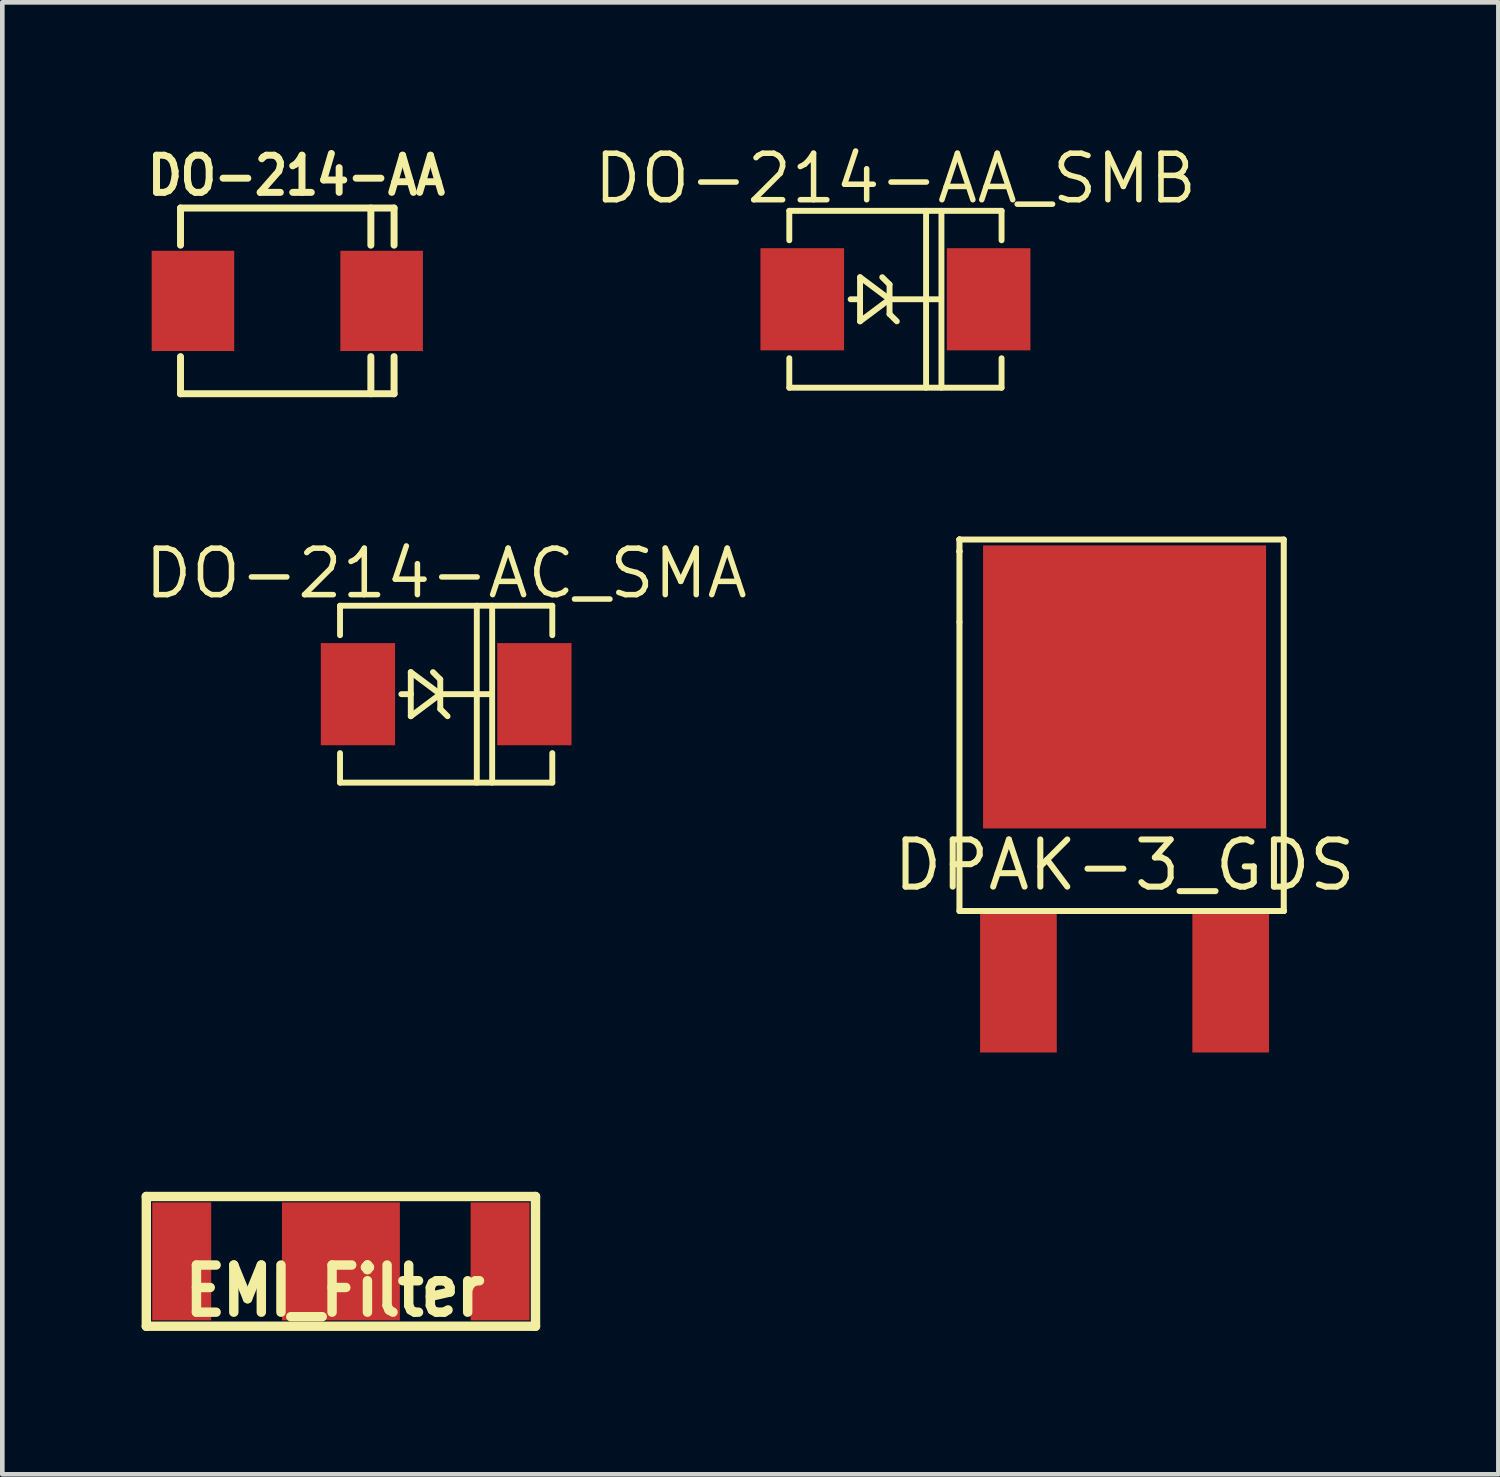
<source format=kicad_pcb>
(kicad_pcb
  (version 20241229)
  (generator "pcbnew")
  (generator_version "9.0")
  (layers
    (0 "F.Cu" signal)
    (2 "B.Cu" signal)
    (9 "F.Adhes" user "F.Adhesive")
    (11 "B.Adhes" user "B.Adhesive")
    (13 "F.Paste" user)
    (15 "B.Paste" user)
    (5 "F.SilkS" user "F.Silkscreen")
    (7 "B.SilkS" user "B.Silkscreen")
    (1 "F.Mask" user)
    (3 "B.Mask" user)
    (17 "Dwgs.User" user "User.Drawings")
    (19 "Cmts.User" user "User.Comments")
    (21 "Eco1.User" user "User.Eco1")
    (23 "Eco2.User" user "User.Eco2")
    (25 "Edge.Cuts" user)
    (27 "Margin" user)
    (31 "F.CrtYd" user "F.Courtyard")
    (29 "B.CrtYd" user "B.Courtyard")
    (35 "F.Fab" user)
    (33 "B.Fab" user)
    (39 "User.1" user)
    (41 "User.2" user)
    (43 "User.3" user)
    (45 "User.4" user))
  (footprint "DO-214-AA"
    (layer "F.Cu")
    (at 3.138 3.431)
    (property "Reference" "DO-214-AA" (at 0.2 -2.7 0) (layer "F.SilkS") (effects (font (size 0.8 0.7) (thickness 0.15))))
    (attr smd)
    (fp_line (start -2.3 -2) (end 2.3 -2) (stroke (width 0.15) (type solid)) (layer "F.SilkS"))
    (fp_line (start -2.3 -1.2) (end -2.3 -2) (stroke (width 0.15) (type solid)) (layer "F.SilkS"))
    (fp_line (start -2.3 1.2) (end -2.3 2) (stroke (width 0.15) (type solid)) (layer "F.SilkS"))
    (fp_line (start -2.3 2) (end 2.3 2) (stroke (width 0.15) (type solid)) (layer "F.SilkS"))
    (fp_line (start 1.8 -2) (end 1.8 -1.2) (stroke (width 0.15) (type solid)) (layer "F.SilkS"))
    (fp_line (start 1.8 2) (end 1.8 1.2) (stroke (width 0.15) (type solid)) (layer "F.SilkS"))
    (fp_line (start 2.3 -2) (end 2.3 -1.2) (stroke (width 0.15) (type solid)) (layer "F.SilkS"))
    (fp_line (start 2.3 2) (end 2.3 1.2) (stroke (width 0.15) (type solid)) (layer "F.SilkS"))
    (pad "1" smd rect (at -2.032 0) (size 1.778 2.159) (layers "F.Cu" "F.Mask" "F.Paste"))
    (pad "2" smd rect (at 2.032 0) (size 1.778 2.159) (layers "F.Cu" "F.Mask" "F.Paste")))
  (footprint "DO-214-AC_SMA"
    (layer "F.Cu")
    (at 6.56 11.902)
    (property "Reference" "DO-214-AC_SMA" (at 0 -2.601 0) (layer "F.SilkS") (effects (font (size 1.001 1.001) (thickness 0.119))))
    (attr smd)
    (fp_line (start -2.286 -1.905) (end 2.286 -1.905) (stroke (width 0.127) (type solid)) (layer "F.SilkS"))
    (fp_line (start -2.286 -1.27) (end -2.286 -1.905) (stroke (width 0.127) (type solid)) (layer "F.SilkS"))
    (fp_line (start -2.286 1.27) (end -2.286 1.905) (stroke (width 0.127) (type solid)) (layer "F.SilkS"))
    (fp_line (start -2.286 1.905) (end 2.286 1.905) (stroke (width 0.127) (type solid)) (layer "F.SilkS"))
    (fp_line (start -0.762 -0.475) (end -0.762 0) (stroke (width 0.127) (type solid)) (layer "F.SilkS"))
    (fp_line (start -0.762 0) (end -0.965 0) (stroke (width 0.127) (type solid)) (layer "F.SilkS"))
    (fp_line (start -0.762 0) (end -0.762 0.475) (stroke (width 0.127) (type solid)) (layer "F.SilkS"))
    (fp_line (start -0.762 0.475) (end -0.127 0) (stroke (width 0.127) (type solid)) (layer "F.SilkS"))
    (fp_line (start -0.127 -0.318) (end -0.284 -0.475) (stroke (width 0.127) (type solid)) (layer "F.SilkS"))
    (fp_line (start -0.127 0) (end -0.762 -0.475) (stroke (width 0.127) (type solid)) (layer "F.SilkS"))
    (fp_line (start -0.127 0) (end -0.127 -0.318) (stroke (width 0.127) (type solid)) (layer "F.SilkS"))
    (fp_line (start -0.127 0) (end -0.127 0.318) (stroke (width 0.127) (type solid)) (layer "F.SilkS"))
    (fp_line (start -0.127 0) (end 0.983 0) (stroke (width 0.127) (type solid)) (layer "F.SilkS"))
    (fp_line (start -0.127 0.318) (end 0.03 0.475) (stroke (width 0.127) (type solid)) (layer "F.SilkS"))
    (fp_line (start 0.66 1.905) (end 0.66 -1.905) (stroke (width 0.127) (type solid)) (layer "F.SilkS"))
    (fp_line (start 0.991 1.905) (end 0.991 -1.905) (stroke (width 0.127) (type solid)) (layer "F.SilkS"))
    (fp_line (start 2.286 -1.905) (end 2.286 -1.27) (stroke (width 0.127) (type solid)) (layer "F.SilkS"))
    (fp_line (start 2.286 1.905) (end 2.286 1.27) (stroke (width 0.127) (type solid)) (layer "F.SilkS"))
    (pad "1" smd rect (at -1.9 0) (size 1.6 2.2) (layers "F.Cu" "F.Mask" "F.Paste"))
    (pad "2" smd rect (at 1.9 0) (size 1.6 2.2) (layers "F.Cu" "F.Mask" "F.Paste")))
  (footprint "DPAK-3_GDS"
    (layer "F.Cu")
    (at 21.172 15.683)
    (property "Reference" "DPAK-3_GDS" (at 0 -0.099 0) (layer "F.SilkS") (effects (font (size 1.016 1.016) (thickness 0.13))))
    (attr smd)
    (fp_line (start -3.556 -7.112) (end -3.556 -7.112) (stroke (width 0.13) (type solid)) (layer "F.SilkS"))
    (fp_line (start -3.556 -7.112) (end -3.556 -7.112) (stroke (width 0.13) (type solid)) (layer "F.SilkS"))
    (fp_line (start -3.556 -6.858) (end -3.556 -7.112) (stroke (width 0.13) (type solid)) (layer "F.SilkS"))
    (fp_line (start -3.556 -6.858) (end -3.556 -6.858) (stroke (width 0.13) (type solid)) (layer "F.SilkS"))
    (fp_line (start -3.556 -6.858) (end -3.556 -6.858) (stroke (width 0.13) (type solid)) (layer "F.SilkS"))
    (fp_line (start -3.556 -5.334) (end -3.556 -6.858) (stroke (width 0.13) (type solid)) (layer "F.SilkS"))
    (fp_line (start -3.556 -5.334) (end -3.556 0.889) (stroke (width 0.13) (type solid)) (layer "F.SilkS"))
    (fp_line (start -3.556 0.889) (end 0 0.889) (stroke (width 0.13) (type solid)) (layer "F.SilkS"))
    (fp_line (start 0 0.889) (end 3.429 0.889) (stroke (width 0.13) (type solid)) (layer "F.SilkS"))
    (fp_line (start 3.302 0.889) (end 3.302 0.889) (stroke (width 0.13) (type solid)) (layer "F.SilkS"))
    (fp_line (start 3.302 0.889) (end 3.429 0.889) (stroke (width 0.13) (type solid)) (layer "F.SilkS"))
    (fp_line (start 3.429 -7.112) (end -3.556 -7.112) (stroke (width 0.13) (type solid)) (layer "F.SilkS"))
    (fp_line (start 3.429 0.889) (end 3.302 0.889) (stroke (width 0.13) (type solid)) (layer "F.SilkS"))
    (fp_line (start 3.429 0.889) (end 3.429 -7.112) (stroke (width 0.13) (type solid)) (layer "F.SilkS"))
    (pad "D" smd rect (at 0 -3.937) (size 6.096 6.096) (layers "F.Cu" "F.Mask" "F.Paste"))
    (pad "G" smd rect (at -2.286 2.413) (size 1.651 3.048) (layers "F.Cu" "F.Mask" "F.Paste"))
    (pad "S" smd rect (at 2.286 2.413) (size 1.651 3.048) (layers "F.Cu" "F.Mask" "F.Paste")))
  (footprint "EMI_Filter"
    (layer "F.Cu")
    (at 4.293 24.119)
    (property "Reference" "EMI_Filter" (at -0.127 0.635 0) (layer "F.SilkS") (effects (font (size 1.016 0.889) (thickness 0.203))))
    (attr through_hole)
    (fp_line (start -4.191 -1.397) (end -4.191 1.397) (stroke (width 0.203) (type solid)) (layer "F.SilkS"))
    (fp_line (start -4.191 1.397) (end 4.191 1.397) (stroke (width 0.203) (type solid)) (layer "F.SilkS"))
    (fp_line (start 4.191 -1.397) (end -4.191 -1.397) (stroke (width 0.203) (type solid)) (layer "F.SilkS"))
    (fp_line (start 4.191 1.397) (end 4.191 -1.397) (stroke (width 0.203) (type solid)) (layer "F.SilkS"))
    (pad "GND" smd rect (at 0 0) (size 2.54 2.54) (layers "F.Cu" "F.Mask" "F.Paste"))
    (pad "VI" smd rect (at -3.429 0) (size 1.27 2.54) (layers "F.Cu" "F.Mask" "F.Paste"))
    (pad "VO" smd rect (at 3.429 0) (size 1.27 2.54) (layers "F.Cu" "F.Mask" "F.Paste")))
  (footprint "DO-214-AA_SMB"
    (layer "F.Cu")
    (at 16.237 3.396)
    (property "Reference" "DO-214-AA_SMB" (at 0 -2.601 0) (layer "F.SilkS") (effects (font (size 1.001 1.001) (thickness 0.119))))
    (attr smd)
    (fp_line (start -2.286 -1.905) (end 2.286 -1.905) (stroke (width 0.127) (type solid)) (layer "F.SilkS"))
    (fp_line (start -2.286 -1.27) (end -2.286 -1.905) (stroke (width 0.127) (type solid)) (layer "F.SilkS"))
    (fp_line (start -2.286 1.27) (end -2.286 1.905) (stroke (width 0.127) (type solid)) (layer "F.SilkS"))
    (fp_line (start -2.286 1.905) (end 2.286 1.905) (stroke (width 0.127) (type solid)) (layer "F.SilkS"))
    (fp_line (start -0.762 -0.475) (end -0.762 0) (stroke (width 0.127) (type solid)) (layer "F.SilkS"))
    (fp_line (start -0.762 0) (end -0.965 0) (stroke (width 0.127) (type solid)) (layer "F.SilkS"))
    (fp_line (start -0.762 0) (end -0.762 0.475) (stroke (width 0.127) (type solid)) (layer "F.SilkS"))
    (fp_line (start -0.762 0.475) (end -0.127 0) (stroke (width 0.127) (type solid)) (layer "F.SilkS"))
    (fp_line (start -0.127 -0.318) (end -0.284 -0.475) (stroke (width 0.127) (type solid)) (layer "F.SilkS"))
    (fp_line (start -0.127 0) (end -0.762 -0.475) (stroke (width 0.127) (type solid)) (layer "F.SilkS"))
    (fp_line (start -0.127 0) (end -0.127 -0.318) (stroke (width 0.127) (type solid)) (layer "F.SilkS"))
    (fp_line (start -0.127 0) (end -0.127 0.318) (stroke (width 0.127) (type solid)) (layer "F.SilkS"))
    (fp_line (start -0.127 0) (end 0.983 0) (stroke (width 0.127) (type solid)) (layer "F.SilkS"))
    (fp_line (start -0.127 0.318) (end 0.03 0.475) (stroke (width 0.127) (type solid)) (layer "F.SilkS"))
    (fp_line (start 0.66 1.905) (end 0.66 -1.905) (stroke (width 0.127) (type solid)) (layer "F.SilkS"))
    (fp_line (start 0.991 1.905) (end 0.991 -1.905) (stroke (width 0.127) (type solid)) (layer "F.SilkS"))
    (fp_line (start 2.286 -1.905) (end 2.286 -1.27) (stroke (width 0.127) (type solid)) (layer "F.SilkS"))
    (fp_line (start 2.286 1.905) (end 2.286 1.27) (stroke (width 0.127) (type solid)) (layer "F.SilkS"))
    (pad "1" smd rect (at -2.007 0) (size 1.801 2.2) (layers "F.Cu" "F.Mask" "F.Paste"))
    (pad "2" smd rect (at 2.007 0) (size 1.801 2.2) (layers "F.Cu" "F.Mask" "F.Paste")))
  (gr_rect
    (start -3 -3)
    (end 29.224 28.705)
    (stroke (width 0.1) (type default))
    (fill no)
    (layer "Edge.Cuts")))
</source>
